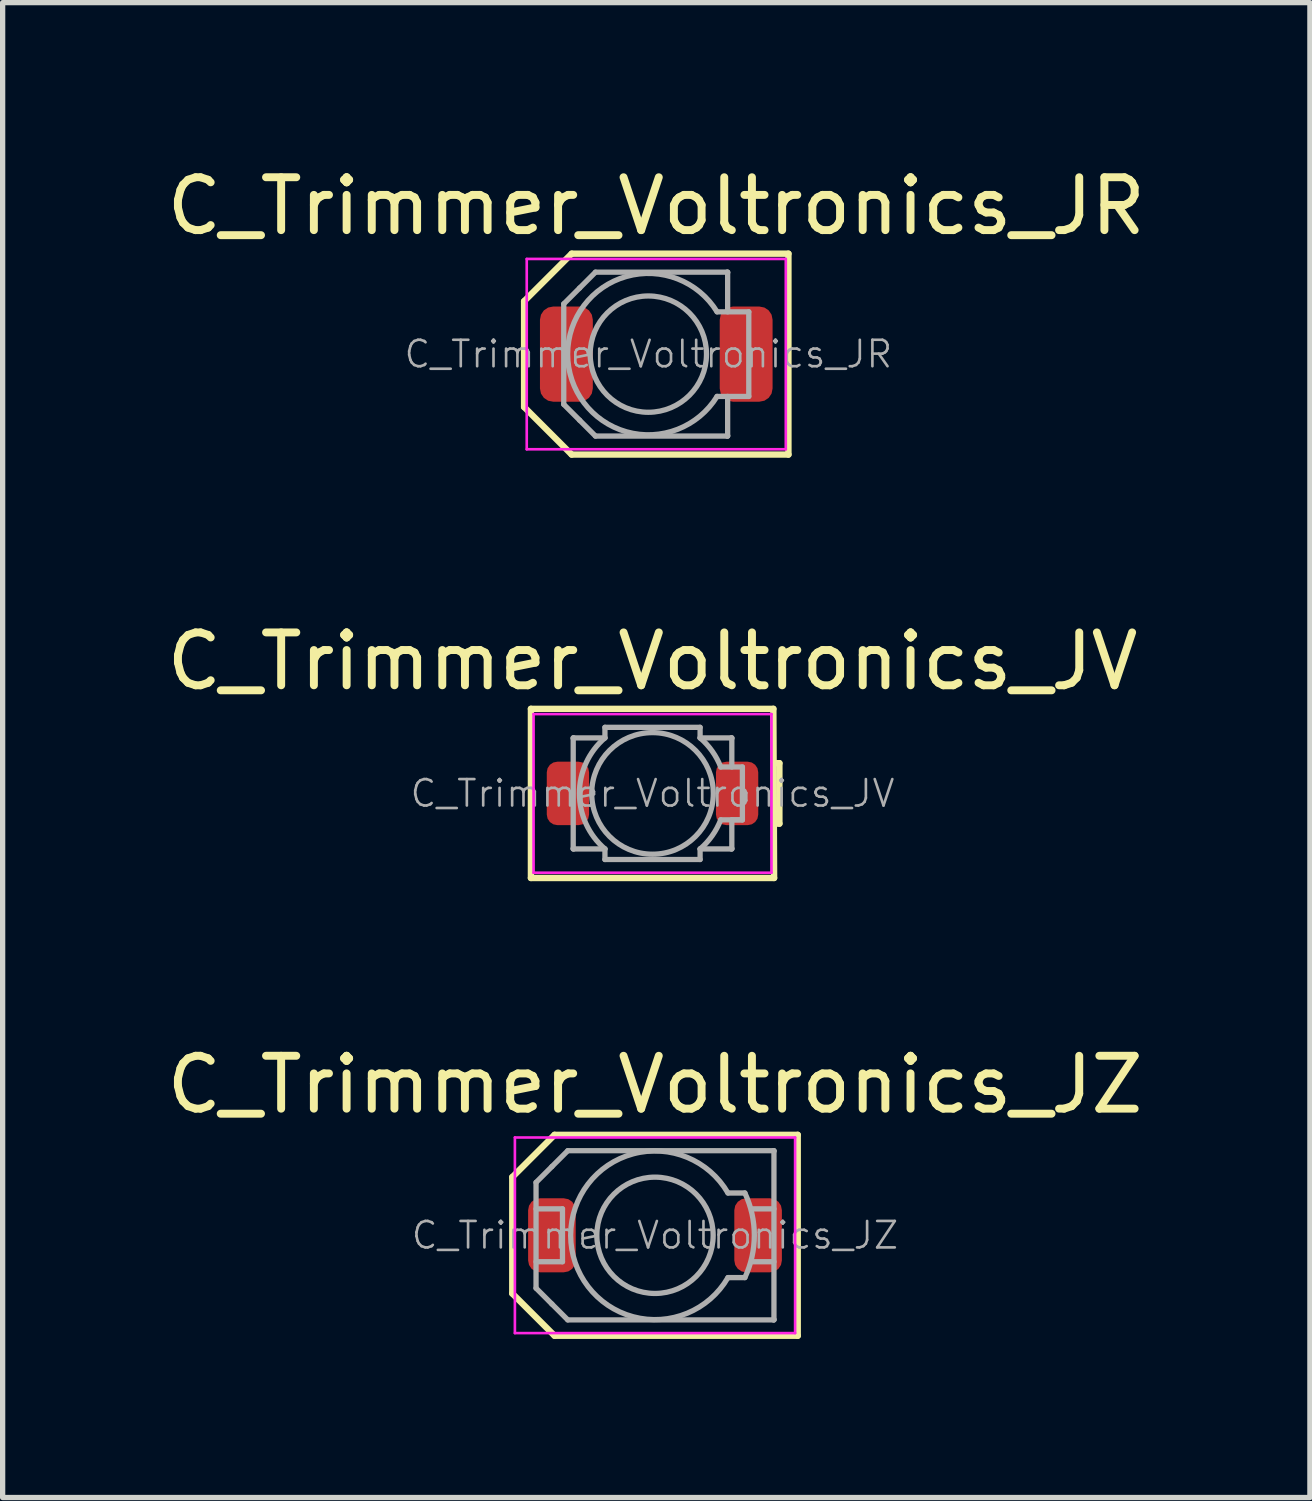
<source format=kicad_pcb>
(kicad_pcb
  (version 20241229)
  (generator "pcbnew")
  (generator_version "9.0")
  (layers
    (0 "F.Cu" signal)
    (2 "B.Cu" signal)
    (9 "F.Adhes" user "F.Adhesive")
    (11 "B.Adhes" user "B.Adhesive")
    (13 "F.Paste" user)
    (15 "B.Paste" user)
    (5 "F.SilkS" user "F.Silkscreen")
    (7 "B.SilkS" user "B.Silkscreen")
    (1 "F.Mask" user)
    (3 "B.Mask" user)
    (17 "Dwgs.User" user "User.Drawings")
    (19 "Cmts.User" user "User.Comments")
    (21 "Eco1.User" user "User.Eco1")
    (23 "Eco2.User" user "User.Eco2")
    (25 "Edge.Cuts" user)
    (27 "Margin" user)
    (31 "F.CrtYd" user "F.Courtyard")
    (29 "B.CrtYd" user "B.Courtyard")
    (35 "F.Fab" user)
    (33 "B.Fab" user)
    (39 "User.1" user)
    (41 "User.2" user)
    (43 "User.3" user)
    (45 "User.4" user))
  (footprint "C_Trimmer_Voltronics_JZ"
    (layer "F.Cu")
    (at 9.339 20.315)
    (property "Reference" "C_Trimmer_Voltronics_JZ" (at 0 -2.85 0) (layer "F.SilkS") (effects (font (size 1 1) (thickness 0.15))))
    (attr smd)
    (fp_line (start -2.7 -1.1) (end -1.9 -1.9) (stroke (width 0.12) (type solid)) (layer "F.SilkS"))
    (fp_line (start -2.7 1.1) (end -2.7 -1.1) (stroke (width 0.12) (type solid)) (layer "F.SilkS"))
    (fp_line (start -1.9 -1.9) (end 2.7 -1.9) (stroke (width 0.12) (type solid)) (layer "F.SilkS"))
    (fp_line (start -1.9 1.9) (end -2.7 1.1) (stroke (width 0.12) (type solid)) (layer "F.SilkS"))
    (fp_line (start 2.7 -1.9) (end 2.7 1.9) (stroke (width 0.12) (type solid)) (layer "F.SilkS"))
    (fp_line (start 2.7 1.9) (end -1.9 1.9) (stroke (width 0.12) (type solid)) (layer "F.SilkS"))
    (fp_line (start -2.65 -1.85) (end -2.65 1.85) (stroke (width 0.05) (type solid)) (layer "F.CrtYd"))
    (fp_line (start -2.65 1.85) (end 2.65 1.85) (stroke (width 0.05) (type solid)) (layer "F.CrtYd"))
    (fp_line (start 2.65 -1.85) (end -2.65 -1.85) (stroke (width 0.05) (type solid)) (layer "F.CrtYd"))
    (fp_line (start 2.65 1.85) (end 2.65 -1.85) (stroke (width 0.05) (type solid)) (layer "F.CrtYd"))
    (fp_line (start -2.25 -1) (end -1.95 -1.3) (stroke (width 0.1) (type solid)) (layer "F.Fab"))
    (fp_line (start -2.25 -0.5) (end -1.75 -0.5) (stroke (width 0.1) (type solid)) (layer "F.Fab"))
    (fp_line (start -2.25 1) (end -2.25 -1) (stroke (width 0.1) (type solid)) (layer "F.Fab"))
    (fp_line (start -1.95 -1.3) (end -1.65 -1.6) (stroke (width 0.1) (type solid)) (layer "F.Fab"))
    (fp_line (start -1.95 1.3) (end -2.25 1) (stroke (width 0.1) (type solid)) (layer "F.Fab"))
    (fp_line (start -1.75 -0.5) (end -1.75 0.5) (stroke (width 0.1) (type solid)) (layer "F.Fab"))
    (fp_line (start -1.75 0.5) (end -2.25 0.5) (stroke (width 0.1) (type solid)) (layer "F.Fab"))
    (fp_line (start -1.65 -1.6) (end 2.24 -1.6) (stroke (width 0.1) (type solid)) (layer "F.Fab"))
    (fp_line (start -1.65 1.6) (end -1.95 1.3) (stroke (width 0.1) (type solid)) (layer "F.Fab"))
    (fp_line (start 1.38 -0.8) (end 1.7 -0.8) (stroke (width 0.1) (type solid)) (layer "F.Fab"))
    (fp_line (start 1.38 0.8) (end 1.7 0.8) (stroke (width 0.1) (type solid)) (layer "F.Fab"))
    (fp_line (start 1.85 0.5) (end 2.25 0.5) (stroke (width 0.1) (type solid)) (layer "F.Fab"))
    (fp_line (start 2.24 -1.6) (end 2.25 -1.6) (stroke (width 0.1) (type solid)) (layer "F.Fab"))
    (fp_line (start 2.24 1.6) (end -1.65 1.6) (stroke (width 0.1) (type solid)) (layer "F.Fab"))
    (fp_line (start 2.25 -1.6) (end 2.25 -1.59) (stroke (width 0.1) (type solid)) (layer "F.Fab"))
    (fp_line (start 2.25 -1.59) (end 2.25 1.59) (stroke (width 0.1) (type solid)) (layer "F.Fab"))
    (fp_line (start 2.25 -0.5) (end 1.85 -0.5) (stroke (width 0.1) (type solid)) (layer "F.Fab"))
    (fp_line (start 2.25 1.59) (end 2.25 1.6) (stroke (width 0.1) (type solid)) (layer "F.Fab"))
    (fp_line (start 2.25 1.6) (end 2.24 1.6) (stroke (width 0.1) (type solid)) (layer "F.Fab"))
    (fp_arc (start 1.38 0.8) (mid -1.595118 0) (end 1.38 -0.8) (stroke (width 0.1) (type solid)) (layer "F.Fab"))
    (fp_arc (start 1.7 -0.8) (mid 1.878829 0) (end 1.7 0.8) (stroke (width 0.1) (type solid)) (layer "F.Fab"))
    (fp_circle (center 0 0) (end 1.1 0) (stroke (width 0.1) (type solid)) (fill no) (layer "F.Fab"))
    (fp_text user "${REFERENCE}" (at 0 0 0) (layer "F.Fab") (effects (font (size 0.5 0.5) (thickness 0.05))))
    (pad "1" smd roundrect (at -1.95 0) (size 0.9 1.4) (layers "F.Cu" "F.Mask" "F.Paste") (roundrect_rratio 0.25))
    (pad "2" smd roundrect (at 1.95 0) (size 0.9 1.4) (layers "F.Cu" "F.Mask" "F.Paste") (roundrect_rratio 0.25)))
  (footprint "C_Trimmer_Voltronics_JR"
    (layer "F.Cu")
    (at 9.363 3.648)
    (property "Reference" "C_Trimmer_Voltronics_JR" (at 0 -2.8 0) (layer "F.SilkS") (effects (font (size 1 1) (thickness 0.15))))
    (attr smd)
    (fp_line (start -2.5 -1) (end -2.5 1) (stroke (width 0.12) (type solid)) (layer "F.SilkS"))
    (fp_line (start -2.5 1) (end -1.6 1.9) (stroke (width 0.12) (type solid)) (layer "F.SilkS"))
    (fp_line (start -1.6 -1.9) (end -2.5 -1) (stroke (width 0.12) (type solid)) (layer "F.SilkS"))
    (fp_line (start -1.6 1.9) (end 2.5 1.9) (stroke (width 0.12) (type solid)) (layer "F.SilkS"))
    (fp_line (start 2.5 -1.9) (end -1.6 -1.9) (stroke (width 0.12) (type solid)) (layer "F.SilkS"))
    (fp_line (start 2.5 1.9) (end 2.5 -1.9) (stroke (width 0.12) (type solid)) (layer "F.SilkS"))
    (fp_line (start -2.45 -1.8) (end -2.45 1.8) (stroke (width 0.05) (type solid)) (layer "F.CrtYd"))
    (fp_line (start -2.45 1.8) (end 2.45 1.8) (stroke (width 0.05) (type solid)) (layer "F.CrtYd"))
    (fp_line (start 2.45 -1.8) (end -2.45 -1.8) (stroke (width 0.05) (type solid)) (layer "F.CrtYd"))
    (fp_line (start 2.45 1.8) (end 2.45 -1.8) (stroke (width 0.05) (type solid)) (layer "F.CrtYd"))
    (fp_line (start -1.75 -0.95) (end -1.45 -1.25) (stroke (width 0.1) (type solid)) (layer "F.Fab"))
    (fp_line (start -1.75 0.95) (end -1.75 -0.95) (stroke (width 0.1) (type solid)) (layer "F.Fab"))
    (fp_line (start -1.45 -1.25) (end -1.15 -1.55) (stroke (width 0.1) (type solid)) (layer "F.Fab"))
    (fp_line (start -1.45 1.25) (end -1.75 0.95) (stroke (width 0.1) (type solid)) (layer "F.Fab"))
    (fp_line (start -1.15 -1.55) (end 1.34 -1.55) (stroke (width 0.1) (type solid)) (layer "F.Fab"))
    (fp_line (start -1.15 1.55) (end -1.45 1.25) (stroke (width 0.1) (type solid)) (layer "F.Fab"))
    (fp_line (start 1.15 -0.8) (end 1.75 -0.8) (stroke (width 0.1) (type solid)) (layer "F.Fab"))
    (fp_line (start 1.34 -1.55) (end 1.35 -1.55) (stroke (width 0.1) (type solid)) (layer "F.Fab"))
    (fp_line (start 1.34 1.55) (end -1.15 1.55) (stroke (width 0.1) (type solid)) (layer "F.Fab"))
    (fp_line (start 1.35 -1.55) (end 1.35 -1.54) (stroke (width 0.1) (type solid)) (layer "F.Fab"))
    (fp_line (start 1.35 -1.54) (end 1.35 -0.8) (stroke (width 0.1) (type solid)) (layer "F.Fab"))
    (fp_line (start 1.35 1.54) (end 1.35 0.8) (stroke (width 0.1) (type solid)) (layer "F.Fab"))
    (fp_line (start 1.35 1.54) (end 1.35 1.55) (stroke (width 0.1) (type solid)) (layer "F.Fab"))
    (fp_line (start 1.35 1.55) (end 1.34 1.55) (stroke (width 0.1) (type solid)) (layer "F.Fab"))
    (fp_line (start 1.75 -0.8) (end 1.75 0.8) (stroke (width 0.1) (type solid)) (layer "F.Fab"))
    (fp_line (start 1.75 0.8) (end 1.15 0.8) (stroke (width 0.1) (type solid)) (layer "F.Fab"))
    (fp_arc (start 1.149999 0.8) (mid -1.676433 0) (end 1.149999 -0.8) (stroke (width 0.1) (type solid)) (layer "F.Fab"))
    (fp_circle (center -0.15 0) (end 0.95 0) (stroke (width 0.1) (type solid)) (fill no) (layer "F.Fab"))
    (fp_text user "${REFERENCE}" (at -0.15 0 0) (layer "F.Fab") (effects (font (size 0.5 0.5) (thickness 0.05))))
    (pad "1" smd roundrect (at -1.7 0) (size 1 1.8) (layers "F.Cu" "F.Mask" "F.Paste") (roundrect_rratio 0.25))
    (pad "2" smd roundrect (at 1.7 0) (size 1 1.8) (layers "F.Cu" "F.Mask" "F.Paste") (roundrect_rratio 0.25)))
  (footprint "C_Trimmer_Voltronics_JV"
    (layer "F.Cu")
    (at 9.292 11.957)
    (property "Reference" "C_Trimmer_Voltronics_JV" (at 0 -2.5 0) (layer "F.SilkS") (effects (font (size 1 1) (thickness 0.15))))
    (attr smd)
    (fp_line (start -2.3 -1.6) (end -2.3 1.6) (stroke (width 0.12) (type solid)) (layer "F.SilkS"))
    (fp_line (start -2.3 1.6) (end 2.3 1.6) (stroke (width 0.12) (type solid)) (layer "F.SilkS"))
    (fp_line (start 2.286 -1.6) (end -2.3 -1.6) (stroke (width 0.12) (type solid)) (layer "F.SilkS"))
    (fp_line (start 2.3 1.6) (end 2.286 -1.6) (stroke (width 0.12) (type solid)) (layer "F.SilkS"))
    (fp_line (start 2.4 -0.572) (end 2.337 -0.572) (stroke (width 0.12) (type solid)) (layer "F.SilkS"))
    (fp_line (start 2.4 0.572) (end 2.337 0.572) (stroke (width 0.12) (type solid)) (layer "F.SilkS"))
    (fp_line (start 2.4 0.572) (end 2.4 -0.572) (stroke (width 0.12) (type solid)) (layer "F.SilkS"))
    (fp_line (start -2.25 -1.5) (end -2.25 1.5) (stroke (width 0.05) (type solid)) (layer "F.CrtYd"))
    (fp_line (start -2.25 1.5) (end 2.25 1.5) (stroke (width 0.05) (type solid)) (layer "F.CrtYd"))
    (fp_line (start 2.25 -1.5) (end -2.25 -1.5) (stroke (width 0.05) (type solid)) (layer "F.CrtYd"))
    (fp_line (start 2.25 1.5) (end 2.25 -1.5) (stroke (width 0.05) (type solid)) (layer "F.CrtYd"))
    (fp_line (start -1.5 -1.05) (end -1.49 -1.05) (stroke (width 0.1) (type solid)) (layer "F.Fab"))
    (fp_line (start -1.5 -1.04) (end -1.5 -1.05) (stroke (width 0.1) (type solid)) (layer "F.Fab"))
    (fp_line (start -1.5 1.04) (end -1.5 -1.04) (stroke (width 0.1) (type solid)) (layer "F.Fab"))
    (fp_line (start -1.5 1.05) (end -1.5 1.04) (stroke (width 0.1) (type solid)) (layer "F.Fab"))
    (fp_line (start -1.49 -1.05) (end -0.9 -1.05) (stroke (width 0.1) (type solid)) (layer "F.Fab"))
    (fp_line (start -1.49 1.05) (end -1.5 1.05) (stroke (width 0.1) (type solid)) (layer "F.Fab"))
    (fp_line (start -0.9 -1.25) (end 0.9 -1.25) (stroke (width 0.1) (type solid)) (layer "F.Fab"))
    (fp_line (start -0.9 -1.05) (end -0.9 -1.25) (stroke (width 0.1) (type solid)) (layer "F.Fab"))
    (fp_line (start -0.9 1.05) (end -1.49 1.05) (stroke (width 0.1) (type solid)) (layer "F.Fab"))
    (fp_line (start -0.9 1.05) (end -0.9 1.25) (stroke (width 0.1) (type solid)) (layer "F.Fab"))
    (fp_line (start -0.9 1.25) (end 0.9 1.25) (stroke (width 0.1) (type solid)) (layer "F.Fab"))
    (fp_line (start 0.9 -1.25) (end 0.9 -1.05) (stroke (width 0.1) (type solid)) (layer "F.Fab"))
    (fp_line (start 0.9 -1.05) (end 1.49 -1.05) (stroke (width 0.1) (type solid)) (layer "F.Fab"))
    (fp_line (start 0.9 1.25) (end 0.9 1.05) (stroke (width 0.1) (type solid)) (layer "F.Fab"))
    (fp_line (start 1.29 -0.5) (end 1.7 -0.5) (stroke (width 0.1) (type solid)) (layer "F.Fab"))
    (fp_line (start 1.29 0.5) (end 1.7 0.5) (stroke (width 0.1) (type solid)) (layer "F.Fab"))
    (fp_line (start 1.49 -1.05) (end 1.5 -1.05) (stroke (width 0.1) (type solid)) (layer "F.Fab"))
    (fp_line (start 1.49 1.05) (end 0.9 1.05) (stroke (width 0.1) (type solid)) (layer "F.Fab"))
    (fp_line (start 1.5 -1.05) (end 1.5 -1.04) (stroke (width 0.1) (type solid)) (layer "F.Fab"))
    (fp_line (start 1.5 -1.04) (end 1.5 -0.5) (stroke (width 0.1) (type solid)) (layer "F.Fab"))
    (fp_line (start 1.5 1.04) (end 1.5 0.5) (stroke (width 0.1) (type solid)) (layer "F.Fab"))
    (fp_line (start 1.5 1.04) (end 1.5 1.05) (stroke (width 0.1) (type solid)) (layer "F.Fab"))
    (fp_line (start 1.5 1.05) (end 1.49 1.05) (stroke (width 0.1) (type solid)) (layer "F.Fab"))
    (fp_line (start 1.7 -0.5) (end 1.7 0.5) (stroke (width 0.1) (type solid)) (layer "F.Fab"))
    (fp_line (start 1.7 0.5) (end 1.5 0.5) (stroke (width 0.1) (type solid)) (layer "F.Fab"))
    (fp_arc (start -0.9 1.049999) (mid -1.382931 0) (end -0.9 -1.049999) (stroke (width 0.1) (type solid)) (layer "F.Fab"))
    (fp_arc (start 0.9 -1.049999) (mid 1.128908 -0.799044) (end 1.29 -0.5) (stroke (width 0.1) (type solid)) (layer "F.Fab"))
    (fp_arc (start 1.29 0.5) (mid 1.12924 0.799323) (end 0.900376 1.050439) (stroke (width 0.1) (type solid)) (layer "F.Fab"))
    (fp_circle (center 0 0) (end 1.15 0) (stroke (width 0.1) (type solid)) (fill no) (layer "F.Fab"))
    (fp_text user "${REFERENCE}" (at 0 0 0) (layer "F.Fab") (effects (font (size 0.5 0.5) (thickness 0.05))))
    (pad "1" smd roundrect (at -1.6 0) (size 0.8 1.2) (layers "F.Cu" "F.Mask" "F.Paste") (roundrect_rratio 0.25))
    (pad "2" smd roundrect (at 1.6 0) (size 0.8 1.2) (layers "F.Cu" "F.Mask" "F.Paste") (roundrect_rratio 0.25)))
  (gr_rect
    (start -3 -3)
    (end 21.726 25.275)
    (stroke (width 0.1) (type default))
    (fill no)
    (layer "Edge.Cuts")))
</source>
